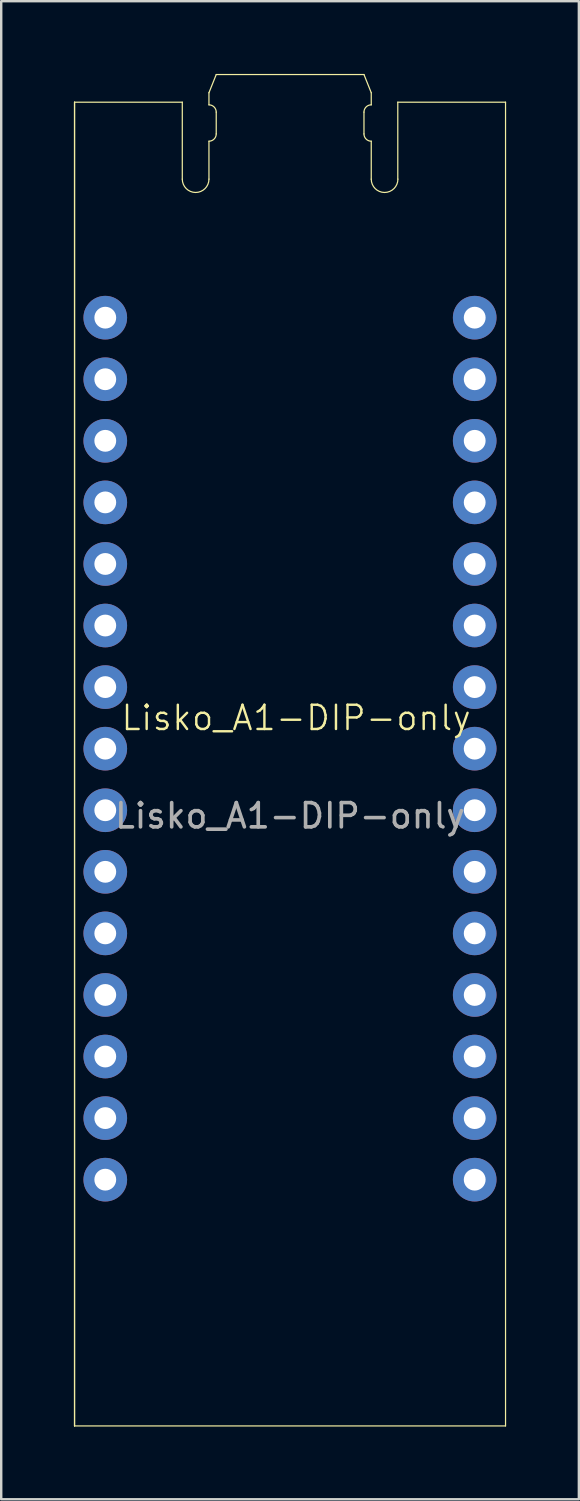
<source format=kicad_pcb>
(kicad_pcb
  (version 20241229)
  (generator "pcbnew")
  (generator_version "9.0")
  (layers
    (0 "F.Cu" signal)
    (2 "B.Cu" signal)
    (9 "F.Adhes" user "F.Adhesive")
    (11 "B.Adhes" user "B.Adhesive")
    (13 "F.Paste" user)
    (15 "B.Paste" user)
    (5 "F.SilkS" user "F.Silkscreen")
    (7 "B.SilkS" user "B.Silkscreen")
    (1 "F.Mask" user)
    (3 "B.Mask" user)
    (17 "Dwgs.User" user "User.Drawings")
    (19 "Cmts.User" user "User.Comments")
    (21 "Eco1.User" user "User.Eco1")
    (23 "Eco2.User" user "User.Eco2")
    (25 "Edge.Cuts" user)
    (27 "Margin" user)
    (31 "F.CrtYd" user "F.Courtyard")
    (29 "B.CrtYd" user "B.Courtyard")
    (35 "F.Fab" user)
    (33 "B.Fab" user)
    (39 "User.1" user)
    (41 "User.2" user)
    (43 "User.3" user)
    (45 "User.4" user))
  (footprint "Lisko_A1-DIP-only"
    (layer "F.Cu")
    (at 1.293 10.055)
    (property "Reference" "Lisko_A1-DIP-only" (at 7.874 16.51 0) (unlocked yes) (layer "F.SilkS") (effects (font (size 1 1) (thickness 0.1))))
    (attr through_hole)
    (fp_line (start -1.268 -8.89) (end -1.268 45.72) (stroke (width 0.05) (type default)) (layer "F.SilkS"))
    (fp_line (start -1.268 -8.89) (end -1.268 45.72) (stroke (width 0.05) (type default)) (layer "F.SilkS"))
    (fp_line (start -1.268 -8.89) (end 3.177 -8.89) (stroke (width 0.05) (type default)) (layer "F.SilkS"))
    (fp_line (start -1.268 45.72) (end 16.512 45.72) (stroke (width 0.05) (type default)) (layer "F.SilkS"))
    (fp_line (start 3.177 -8.89) (end 3.177 -5.715) (stroke (width 0.05) (type default)) (layer "F.SilkS"))
    (fp_line (start 4.277 -8.78) (end 4.277 -9.28) (stroke (width 0.05) (type default)) (layer "F.SilkS"))
    (fp_line (start 4.277 -5.715) (end 4.277 -7.28) (stroke (width 0.05) (type default)) (layer "F.SilkS"))
    (fp_line (start 4.577 -10.03) (end 4.277 -9.28) (stroke (width 0.05) (type default)) (layer "F.SilkS"))
    (fp_line (start 4.577 -7.58) (end 4.577 -8.48) (stroke (width 0.05) (type default)) (layer "F.SilkS"))
    (fp_line (start 10.672 -10.03) (end 4.577 -10.03) (stroke (width 0.05) (type default)) (layer "F.SilkS"))
    (fp_line (start 10.672 -10.03) (end 10.972 -9.28) (stroke (width 0.05) (type default)) (layer "F.SilkS"))
    (fp_line (start 10.672 -8.48) (end 10.672 -7.58) (stroke (width 0.05) (type default)) (layer "F.SilkS"))
    (fp_line (start 10.972 -9.28) (end 10.972 -8.78) (stroke (width 0.05) (type default)) (layer "F.SilkS"))
    (fp_line (start 10.972 -5.715) (end 10.972 -7.28) (stroke (width 0.05) (type default)) (layer "F.SilkS"))
    (fp_line (start 12.067 -8.89) (end 12.067 -5.715) (stroke (width 0.05) (type default)) (layer "F.SilkS"))
    (fp_line (start 16.512 -8.89) (end 12.067 -8.89) (stroke (width 0.05) (type default)) (layer "F.SilkS"))
    (fp_line (start 16.512 45.72) (end 16.512 -8.89) (stroke (width 0.05) (type default)) (layer "F.SilkS"))
    (fp_arc (start 4.277 -8.78) (mid 4.489132 -8.692132) (end 4.577 -8.48) (stroke (width 0.05) (type default)) (layer "F.SilkS"))
    (fp_arc (start 4.277 -5.715) (mid 3.727 -5.165) (end 3.177 -5.715) (stroke (width 0.05) (type default)) (layer "F.SilkS"))
    (fp_arc (start 4.577 -7.58) (mid 4.489132 -7.367868) (end 4.277 -7.28) (stroke (width 0.05) (type default)) (layer "F.SilkS"))
    (fp_arc (start 10.672 -8.48) (mid 10.759868 -8.692132) (end 10.972 -8.78) (stroke (width 0.05) (type default)) (layer "F.SilkS"))
    (fp_arc (start 10.972 -7.28) (mid 10.759868 -7.367868) (end 10.672 -7.58) (stroke (width 0.05) (type default)) (layer "F.SilkS"))
    (fp_arc (start 12.072 -5.715) (mid 11.522 -5.165) (end 10.972 -5.715) (stroke (width 0.05) (type default)) (layer "F.SilkS"))
    (fp_text user "${REFERENCE}" (at 7.62 20.55 0) (unlocked yes) (layer "F.Fab") (effects (font (size 1 1) (thickness 0.15))))
    (pad "1" thru_hole circle (at 0 0 180) (size 1.8 1.8) (drill 0.9) (property pad_prop_castellated) (layers "*.Cu" "*.Mask"))
    (pad "2" thru_hole circle (at 0 2.54 180) (size 1.8 1.8) (drill 0.9) (property pad_prop_castellated) (layers "*.Cu" "*.Mask"))
    (pad "3" thru_hole circle (at 0 5.08 180) (size 1.8 1.8) (drill 0.9) (property pad_prop_castellated) (layers "*.Cu" "*.Mask"))
    (pad "4" thru_hole circle (at 0 7.62 180) (size 1.8 1.8) (drill 0.9) (property pad_prop_castellated) (layers "*.Cu" "*.Mask"))
    (pad "5" thru_hole circle (at 0 10.16 180) (size 1.8 1.8) (drill 0.9) (property pad_prop_castellated) (layers "*.Cu" "*.Mask"))
    (pad "6" thru_hole circle (at 0 12.7 180) (size 1.8 1.8) (drill 0.9) (property pad_prop_castellated) (layers "*.Cu" "*.Mask"))
    (pad "7" thru_hole circle (at 0 15.24 180) (size 1.8 1.8) (drill 0.9) (property pad_prop_castellated) (layers "*.Cu" "*.Mask"))
    (pad "8" thru_hole circle (at 0 17.78 180) (size 1.8 1.8) (drill 0.9) (property pad_prop_castellated) (layers "*.Cu" "*.Mask"))
    (pad "9" thru_hole circle (at 0 20.32 180) (size 1.8 1.8) (drill 0.9) (property pad_prop_castellated) (layers "*.Cu" "*.Mask"))
    (pad "10" thru_hole circle (at 0 22.86 180) (size 1.8 1.8) (drill 0.9) (property pad_prop_castellated) (layers "*.Cu" "*.Mask"))
    (pad "11" thru_hole circle (at 0 25.4 180) (size 1.8 1.8) (drill 0.9) (property pad_prop_castellated) (layers "*.Cu" "*.Mask"))
    (pad "12" thru_hole circle (at 0 27.94 180) (size 1.8 1.8) (drill 0.9) (property pad_prop_castellated) (layers "*.Cu" "*.Mask"))
    (pad "13" thru_hole circle (at 0 30.48 180) (size 1.8 1.8) (drill 0.9) (property pad_prop_castellated) (layers "*.Cu" "*.Mask"))
    (pad "14" thru_hole circle (at 0 33.02 180) (size 1.8 1.8) (drill 0.9) (property pad_prop_castellated) (layers "*.Cu" "*.Mask"))
    (pad "15" thru_hole circle (at 0 35.56 180) (size 1.8 1.8) (drill 0.9) (property pad_prop_castellated) (layers "*.Cu" "*.Mask"))
    (pad "16" thru_hole circle (at 15.24 35.56) (size 1.8 1.8) (drill 0.9) (property pad_prop_castellated) (layers "*.Cu" "*.Mask"))
    (pad "17" thru_hole circle (at 15.24 33.02) (size 1.8 1.8) (drill 0.9) (property pad_prop_castellated) (layers "*.Cu" "*.Mask"))
    (pad "18" thru_hole circle (at 15.24 30.48) (size 1.8 1.8) (drill 0.9) (property pad_prop_castellated) (layers "*.Cu" "*.Mask"))
    (pad "19" thru_hole circle (at 15.24 27.94) (size 1.8 1.8) (drill 0.9) (property pad_prop_castellated) (layers "*.Cu" "*.Mask"))
    (pad "20" thru_hole circle (at 15.24 25.4) (size 1.8 1.8) (drill 0.9) (property pad_prop_castellated) (layers "*.Cu" "*.Mask"))
    (pad "21" thru_hole circle (at 15.24 22.86) (size 1.8 1.8) (drill 0.9) (property pad_prop_castellated) (layers "*.Cu" "*.Mask"))
    (pad "22" thru_hole circle (at 15.24 20.32) (size 1.8 1.8) (drill 0.9) (property pad_prop_castellated) (layers "*.Cu" "*.Mask"))
    (pad "23" thru_hole circle (at 15.24 17.78) (size 1.8 1.8) (drill 0.9) (property pad_prop_castellated) (layers "*.Cu" "*.Mask"))
    (pad "24" thru_hole circle (at 15.24 15.24) (size 1.8 1.8) (drill 0.9) (property pad_prop_castellated) (layers "*.Cu" "*.Mask"))
    (pad "25" thru_hole circle (at 15.24 12.7) (size 1.8 1.8) (drill 0.9) (property pad_prop_castellated) (layers "*.Cu" "*.Mask"))
    (pad "26" thru_hole circle (at 15.24 10.16) (size 1.8 1.8) (drill 0.9) (property pad_prop_castellated) (layers "*.Cu" "*.Mask"))
    (pad "27" thru_hole circle (at 15.24 7.62) (size 1.8 1.8) (drill 0.9) (property pad_prop_castellated) (layers "*.Cu" "*.Mask"))
    (pad "28" thru_hole circle (at 15.24 5.08) (size 1.8 1.8) (drill 0.9) (property pad_prop_castellated) (layers "*.Cu" "*.Mask"))
    (pad "29" thru_hole circle (at 15.24 2.54) (size 1.8 1.8) (drill 0.9) (property pad_prop_castellated) (layers "*.Cu" "*.Mask"))
    (pad "30" thru_hole circle (at 15.24 0) (size 1.8 1.8) (drill 0.9) (property pad_prop_castellated) (layers "*.Cu" "*.Mask")))
  (gr_rect
    (start -3 -3)
    (end 20.83 58.8)
    (stroke (width 0.1) (type default))
    (fill no)
    (layer "Edge.Cuts")))
</source>
